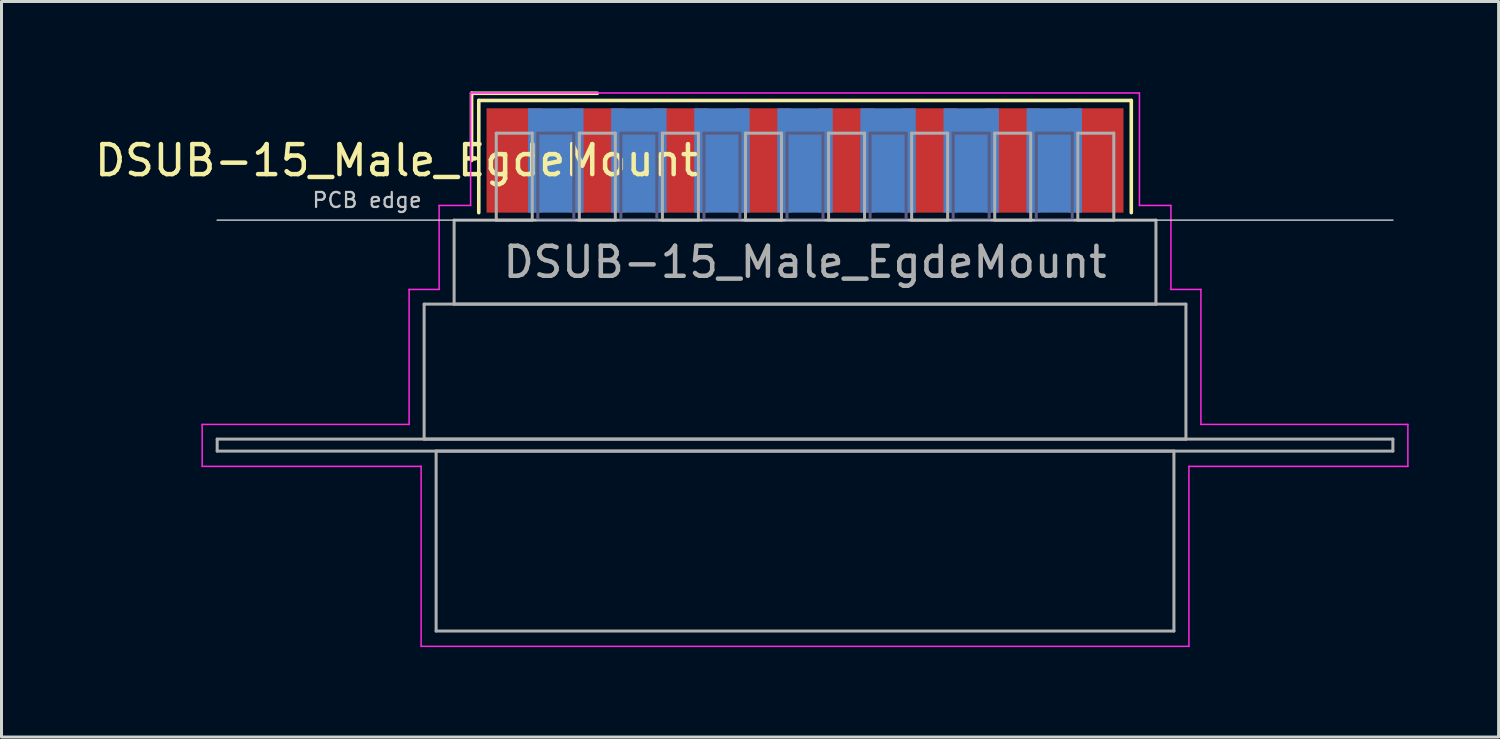
<source format=kicad_pcb>
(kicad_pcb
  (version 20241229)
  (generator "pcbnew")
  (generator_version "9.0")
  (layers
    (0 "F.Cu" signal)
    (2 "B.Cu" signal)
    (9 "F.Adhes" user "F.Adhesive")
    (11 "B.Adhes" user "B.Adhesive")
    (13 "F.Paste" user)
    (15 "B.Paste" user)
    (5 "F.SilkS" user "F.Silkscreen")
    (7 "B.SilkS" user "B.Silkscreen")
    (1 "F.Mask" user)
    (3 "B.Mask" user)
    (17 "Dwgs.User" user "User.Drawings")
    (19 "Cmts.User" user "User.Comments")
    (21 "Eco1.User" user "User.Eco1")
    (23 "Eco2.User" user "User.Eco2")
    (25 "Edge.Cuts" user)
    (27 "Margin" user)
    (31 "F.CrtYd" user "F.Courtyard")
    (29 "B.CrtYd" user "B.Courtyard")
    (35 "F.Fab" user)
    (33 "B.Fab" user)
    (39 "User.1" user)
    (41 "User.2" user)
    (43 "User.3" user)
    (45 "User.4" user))
  (footprint "DSUB-15_Male_EgdeMount"
    (layer "F.Cu")
    (at 23.791 2.3)
    (property "Reference" "DSUB-15_Male_EgdeMount" (at -13.618 0 0) (layer "F.SilkS") (effects (font (size 1 1) (thickness 0.15))))
    (attr smd)
    (fp_line (start -11.118 -2.24) (end -6.925 -2.24) (stroke (width 0.12) (type solid)) (layer "F.SilkS"))
    (fp_line (start -11.118 0) (end -11.118 -2.24) (stroke (width 0.12) (type solid)) (layer "F.SilkS"))
    (fp_line (start -10.878 -2) (end -10.878 1.74) (stroke (width 0.12) (type solid)) (layer "F.SilkS"))
    (fp_line (start 10.878 -2) (end -10.878 -2) (stroke (width 0.12) (type solid)) (layer "F.SilkS"))
    (fp_line (start 10.878 1.74) (end 10.878 -2) (stroke (width 0.12) (type solid)) (layer "F.SilkS"))
    (fp_line (start -19.6 1.99) (end 19.6 1.99) (stroke (width 0.05) (type solid)) (layer "Dwgs.User"))
    (fp_line (start -20.1 8.8) (end -13.2 8.8) (stroke (width 0.05) (type solid)) (layer "F.CrtYd"))
    (fp_line (start -20.1 10.2) (end -20.1 8.8) (stroke (width 0.05) (type solid)) (layer "F.CrtYd"))
    (fp_line (start -13.2 4.3) (end -12.2 4.3) (stroke (width 0.05) (type solid)) (layer "F.CrtYd"))
    (fp_line (start -13.2 8.8) (end -13.2 4.3) (stroke (width 0.05) (type solid)) (layer "F.CrtYd"))
    (fp_line (start -12.8 10.2) (end -20.1 10.2) (stroke (width 0.05) (type solid)) (layer "F.CrtYd"))
    (fp_line (start -12.8 16.2) (end -12.8 10.2) (stroke (width 0.05) (type solid)) (layer "F.CrtYd"))
    (fp_line (start -12.2 1.5) (end -11.15 1.5) (stroke (width 0.05) (type solid)) (layer "F.CrtYd"))
    (fp_line (start -12.2 4.3) (end -12.2 1.5) (stroke (width 0.05) (type solid)) (layer "F.CrtYd"))
    (fp_line (start -11.15 -2.25) (end 11.15 -2.25) (stroke (width 0.05) (type solid)) (layer "F.CrtYd"))
    (fp_line (start -11.15 1.5) (end -11.15 -2.25) (stroke (width 0.05) (type solid)) (layer "F.CrtYd"))
    (fp_line (start 11.15 -2.25) (end 11.15 1.5) (stroke (width 0.05) (type solid)) (layer "F.CrtYd"))
    (fp_line (start 11.15 1.5) (end 12.2 1.5) (stroke (width 0.05) (type solid)) (layer "F.CrtYd"))
    (fp_line (start 12.2 1.5) (end 12.2 4.3) (stroke (width 0.05) (type solid)) (layer "F.CrtYd"))
    (fp_line (start 12.2 4.3) (end 13.2 4.3) (stroke (width 0.05) (type solid)) (layer "F.CrtYd"))
    (fp_line (start 12.8 10.2) (end 12.8 16.2) (stroke (width 0.05) (type solid)) (layer "F.CrtYd"))
    (fp_line (start 12.8 16.2) (end -12.8 16.2) (stroke (width 0.05) (type solid)) (layer "F.CrtYd"))
    (fp_line (start 13.2 4.3) (end 13.2 8.8) (stroke (width 0.05) (type solid)) (layer "F.CrtYd"))
    (fp_line (start 13.2 8.8) (end 20.1 8.8) (stroke (width 0.05) (type solid)) (layer "F.CrtYd"))
    (fp_line (start 20.1 8.8) (end 20.1 10.2) (stroke (width 0.05) (type solid)) (layer "F.CrtYd"))
    (fp_line (start 20.1 10.2) (end 12.8 10.2) (stroke (width 0.05) (type solid)) (layer "F.CrtYd"))
    (fp_line (start -8.91 -0.91) (end -8.91 1.99) (stroke (width 0.1) (type solid)) (layer "B.Fab"))
    (fp_line (start -8.91 1.99) (end -7.71 1.99) (stroke (width 0.1) (type solid)) (layer "B.Fab"))
    (fp_line (start -7.71 -0.91) (end -8.91 -0.91) (stroke (width 0.1) (type solid)) (layer "B.Fab"))
    (fp_line (start -7.71 1.99) (end -7.71 -0.91) (stroke (width 0.1) (type solid)) (layer "B.Fab"))
    (fp_line (start -6.14 -0.91) (end -6.14 1.99) (stroke (width 0.1) (type solid)) (layer "B.Fab"))
    (fp_line (start -6.14 1.99) (end -4.94 1.99) (stroke (width 0.1) (type solid)) (layer "B.Fab"))
    (fp_line (start -4.94 -0.91) (end -6.14 -0.91) (stroke (width 0.1) (type solid)) (layer "B.Fab"))
    (fp_line (start -4.94 1.99) (end -4.94 -0.91) (stroke (width 0.1) (type solid)) (layer "B.Fab"))
    (fp_line (start -3.37 -0.91) (end -3.37 1.99) (stroke (width 0.1) (type solid)) (layer "B.Fab"))
    (fp_line (start -3.37 1.99) (end -2.17 1.99) (stroke (width 0.1) (type solid)) (layer "B.Fab"))
    (fp_line (start -2.17 -0.91) (end -3.37 -0.91) (stroke (width 0.1) (type solid)) (layer "B.Fab"))
    (fp_line (start -2.17 1.99) (end -2.17 -0.91) (stroke (width 0.1) (type solid)) (layer "B.Fab"))
    (fp_line (start -0.6 -0.91) (end -0.6 1.99) (stroke (width 0.1) (type solid)) (layer "B.Fab"))
    (fp_line (start -0.6 1.99) (end 0.6 1.99) (stroke (width 0.1) (type solid)) (layer "B.Fab"))
    (fp_line (start 0.6 -0.91) (end -0.6 -0.91) (stroke (width 0.1) (type solid)) (layer "B.Fab"))
    (fp_line (start 0.6 1.99) (end 0.6 -0.91) (stroke (width 0.1) (type solid)) (layer "B.Fab"))
    (fp_line (start 2.17 -0.91) (end 2.17 1.99) (stroke (width 0.1) (type solid)) (layer "B.Fab"))
    (fp_line (start 2.17 1.99) (end 3.37 1.99) (stroke (width 0.1) (type solid)) (layer "B.Fab"))
    (fp_line (start 3.37 -0.91) (end 2.17 -0.91) (stroke (width 0.1) (type solid)) (layer "B.Fab"))
    (fp_line (start 3.37 1.99) (end 3.37 -0.91) (stroke (width 0.1) (type solid)) (layer "B.Fab"))
    (fp_line (start 4.94 -0.91) (end 4.94 1.99) (stroke (width 0.1) (type solid)) (layer "B.Fab"))
    (fp_line (start 4.94 1.99) (end 6.14 1.99) (stroke (width 0.1) (type solid)) (layer "B.Fab"))
    (fp_line (start 6.14 -0.91) (end 4.94 -0.91) (stroke (width 0.1) (type solid)) (layer "B.Fab"))
    (fp_line (start 6.14 1.99) (end 6.14 -0.91) (stroke (width 0.1) (type solid)) (layer "B.Fab"))
    (fp_line (start 7.71 -0.91) (end 7.71 1.99) (stroke (width 0.1) (type solid)) (layer "B.Fab"))
    (fp_line (start 7.71 1.99) (end 8.91 1.99) (stroke (width 0.1) (type solid)) (layer "B.Fab"))
    (fp_line (start 8.91 -0.91) (end 7.71 -0.91) (stroke (width 0.1) (type solid)) (layer "B.Fab"))
    (fp_line (start 8.91 1.99) (end 8.91 -0.91) (stroke (width 0.1) (type solid)) (layer "B.Fab"))
    (fp_line (start -19.6 9.29) (end -19.6 9.69) (stroke (width 0.1) (type solid)) (layer "F.Fab"))
    (fp_line (start -19.6 9.69) (end 19.6 9.69) (stroke (width 0.1) (type solid)) (layer "F.Fab"))
    (fp_line (start -12.7 4.79) (end -12.7 9.29) (stroke (width 0.1) (type solid)) (layer "F.Fab"))
    (fp_line (start -12.7 9.29) (end 12.7 9.29) (stroke (width 0.1) (type solid)) (layer "F.Fab"))
    (fp_line (start -12.3 9.69) (end -12.3 15.69) (stroke (width 0.1) (type solid)) (layer "F.Fab"))
    (fp_line (start -12.3 15.69) (end 12.3 15.69) (stroke (width 0.1) (type solid)) (layer "F.Fab"))
    (fp_line (start -11.7 1.99) (end -11.7 4.79) (stroke (width 0.1) (type solid)) (layer "F.Fab"))
    (fp_line (start -11.7 4.79) (end 11.7 4.79) (stroke (width 0.1) (type solid)) (layer "F.Fab"))
    (fp_line (start -10.295 -0.91) (end -10.295 1.99) (stroke (width 0.1) (type solid)) (layer "F.Fab"))
    (fp_line (start -10.295 1.99) (end -9.095 1.99) (stroke (width 0.1) (type solid)) (layer "F.Fab"))
    (fp_line (start -9.095 -0.91) (end -10.295 -0.91) (stroke (width 0.1) (type solid)) (layer "F.Fab"))
    (fp_line (start -9.095 1.99) (end -9.095 -0.91) (stroke (width 0.1) (type solid)) (layer "F.Fab"))
    (fp_line (start -7.525 -0.91) (end -7.525 1.99) (stroke (width 0.1) (type solid)) (layer "F.Fab"))
    (fp_line (start -7.525 1.99) (end -6.325 1.99) (stroke (width 0.1) (type solid)) (layer "F.Fab"))
    (fp_line (start -6.325 -0.91) (end -7.525 -0.91) (stroke (width 0.1) (type solid)) (layer "F.Fab"))
    (fp_line (start -6.325 1.99) (end -6.325 -0.91) (stroke (width 0.1) (type solid)) (layer "F.Fab"))
    (fp_line (start -4.755 -0.91) (end -4.755 1.99) (stroke (width 0.1) (type solid)) (layer "F.Fab"))
    (fp_line (start -4.755 1.99) (end -3.555 1.99) (stroke (width 0.1) (type solid)) (layer "F.Fab"))
    (fp_line (start -3.555 -0.91) (end -4.755 -0.91) (stroke (width 0.1) (type solid)) (layer "F.Fab"))
    (fp_line (start -3.555 1.99) (end -3.555 -0.91) (stroke (width 0.1) (type solid)) (layer "F.Fab"))
    (fp_line (start -1.985 -0.91) (end -1.985 1.99) (stroke (width 0.1) (type solid)) (layer "F.Fab"))
    (fp_line (start -1.985 1.99) (end -0.785 1.99) (stroke (width 0.1) (type solid)) (layer "F.Fab"))
    (fp_line (start -0.785 -0.91) (end -1.985 -0.91) (stroke (width 0.1) (type solid)) (layer "F.Fab"))
    (fp_line (start -0.785 1.99) (end -0.785 -0.91) (stroke (width 0.1) (type solid)) (layer "F.Fab"))
    (fp_line (start 0.785 -0.91) (end 0.785 1.99) (stroke (width 0.1) (type solid)) (layer "F.Fab"))
    (fp_line (start 0.785 1.99) (end 1.985 1.99) (stroke (width 0.1) (type solid)) (layer "F.Fab"))
    (fp_line (start 1.985 -0.91) (end 0.785 -0.91) (stroke (width 0.1) (type solid)) (layer "F.Fab"))
    (fp_line (start 1.985 1.99) (end 1.985 -0.91) (stroke (width 0.1) (type solid)) (layer "F.Fab"))
    (fp_line (start 3.555 -0.91) (end 3.555 1.99) (stroke (width 0.1) (type solid)) (layer "F.Fab"))
    (fp_line (start 3.555 1.99) (end 4.755 1.99) (stroke (width 0.1) (type solid)) (layer "F.Fab"))
    (fp_line (start 4.755 -0.91) (end 3.555 -0.91) (stroke (width 0.1) (type solid)) (layer "F.Fab"))
    (fp_line (start 4.755 1.99) (end 4.755 -0.91) (stroke (width 0.1) (type solid)) (layer "F.Fab"))
    (fp_line (start 6.325 -0.91) (end 6.325 1.99) (stroke (width 0.1) (type solid)) (layer "F.Fab"))
    (fp_line (start 6.325 1.99) (end 7.525 1.99) (stroke (width 0.1) (type solid)) (layer "F.Fab"))
    (fp_line (start 7.525 -0.91) (end 6.325 -0.91) (stroke (width 0.1) (type solid)) (layer "F.Fab"))
    (fp_line (start 7.525 1.99) (end 7.525 -0.91) (stroke (width 0.1) (type solid)) (layer "F.Fab"))
    (fp_line (start 9.095 -0.91) (end 9.095 1.99) (stroke (width 0.1) (type solid)) (layer "F.Fab"))
    (fp_line (start 9.095 1.99) (end 10.295 1.99) (stroke (width 0.1) (type solid)) (layer "F.Fab"))
    (fp_line (start 10.295 -0.91) (end 9.095 -0.91) (stroke (width 0.1) (type solid)) (layer "F.Fab"))
    (fp_line (start 10.295 1.99) (end 10.295 -0.91) (stroke (width 0.1) (type solid)) (layer "F.Fab"))
    (fp_line (start 11.7 1.99) (end -11.7 1.99) (stroke (width 0.1) (type solid)) (layer "F.Fab"))
    (fp_line (start 11.7 4.79) (end 11.7 1.99) (stroke (width 0.1) (type solid)) (layer "F.Fab"))
    (fp_line (start 12.3 9.69) (end -12.3 9.69) (stroke (width 0.1) (type solid)) (layer "F.Fab"))
    (fp_line (start 12.3 15.69) (end 12.3 9.69) (stroke (width 0.1) (type solid)) (layer "F.Fab"))
    (fp_line (start 12.7 4.79) (end -12.7 4.79) (stroke (width 0.1) (type solid)) (layer "F.Fab"))
    (fp_line (start 12.7 9.29) (end 12.7 4.79) (stroke (width 0.1) (type solid)) (layer "F.Fab"))
    (fp_line (start 19.6 9.29) (end -19.6 9.29) (stroke (width 0.1) (type solid)) (layer "F.Fab"))
    (fp_line (start 19.6 9.69) (end 19.6 9.29) (stroke (width 0.1) (type solid)) (layer "F.Fab"))
    (fp_text user "PCB edge" (at -14.6 1.323 0) (layer "Dwgs.User") (effects (font (size 0.5 0.5) (thickness 0.075))))
    (fp_text user "${REFERENCE}" (at 0 3.39 0) (layer "F.Fab") (effects (font (size 1 1) (thickness 0.15))))
    (pad "1" smd rect (at -9.695 0) (size 1.847 3.48) (layers "F.Cu" "F.Mask" "F.Paste"))
    (pad "2" smd rect (at -6.925 0) (size 1.847 3.48) (layers "F.Cu" "F.Mask" "F.Paste"))
    (pad "3" smd rect (at -4.155 0) (size 1.847 3.48) (layers "F.Cu" "F.Mask" "F.Paste"))
    (pad "4" smd rect (at -1.385 0) (size 1.847 3.48) (layers "F.Cu" "F.Mask" "F.Paste"))
    (pad "5" smd rect (at 1.385 0) (size 1.847 3.48) (layers "F.Cu" "F.Mask" "F.Paste"))
    (pad "6" smd rect (at 4.155 0) (size 1.847 3.48) (layers "F.Cu" "F.Mask" "F.Paste"))
    (pad "7" smd rect (at 6.925 0) (size 1.847 3.48) (layers "F.Cu" "F.Mask" "F.Paste"))
    (pad "8" smd rect (at 9.695 0) (size 1.847 3.48) (layers "F.Cu" "F.Mask" "F.Paste"))
    (pad "9" smd rect (at -8.31 0) (size 1.847 3.48) (layers "B.Cu" "B.Mask" "B.Paste"))
    (pad "10" smd rect (at -5.54 0) (size 1.847 3.48) (layers "B.Cu" "B.Mask" "B.Paste"))
    (pad "11" smd rect (at -2.77 0) (size 1.847 3.48) (layers "B.Cu" "B.Mask" "B.Paste"))
    (pad "12" smd rect (at 0 0) (size 1.847 3.48) (layers "B.Cu" "B.Mask" "B.Paste"))
    (pad "13" smd rect (at 2.77 0) (size 1.847 3.48) (layers "B.Cu" "B.Mask" "B.Paste"))
    (pad "14" smd rect (at 5.54 0) (size 1.847 3.48) (layers "B.Cu" "B.Mask" "B.Paste"))
    (pad "15" smd rect (at 8.31 0) (size 1.847 3.48) (layers "B.Cu" "B.Mask" "B.Paste")))
  (gr_rect
    (start -3 -3)
    (end 46.916 21.525)
    (stroke (width 0.1) (type default))
    (fill no)
    (layer "Edge.Cuts")))
</source>
